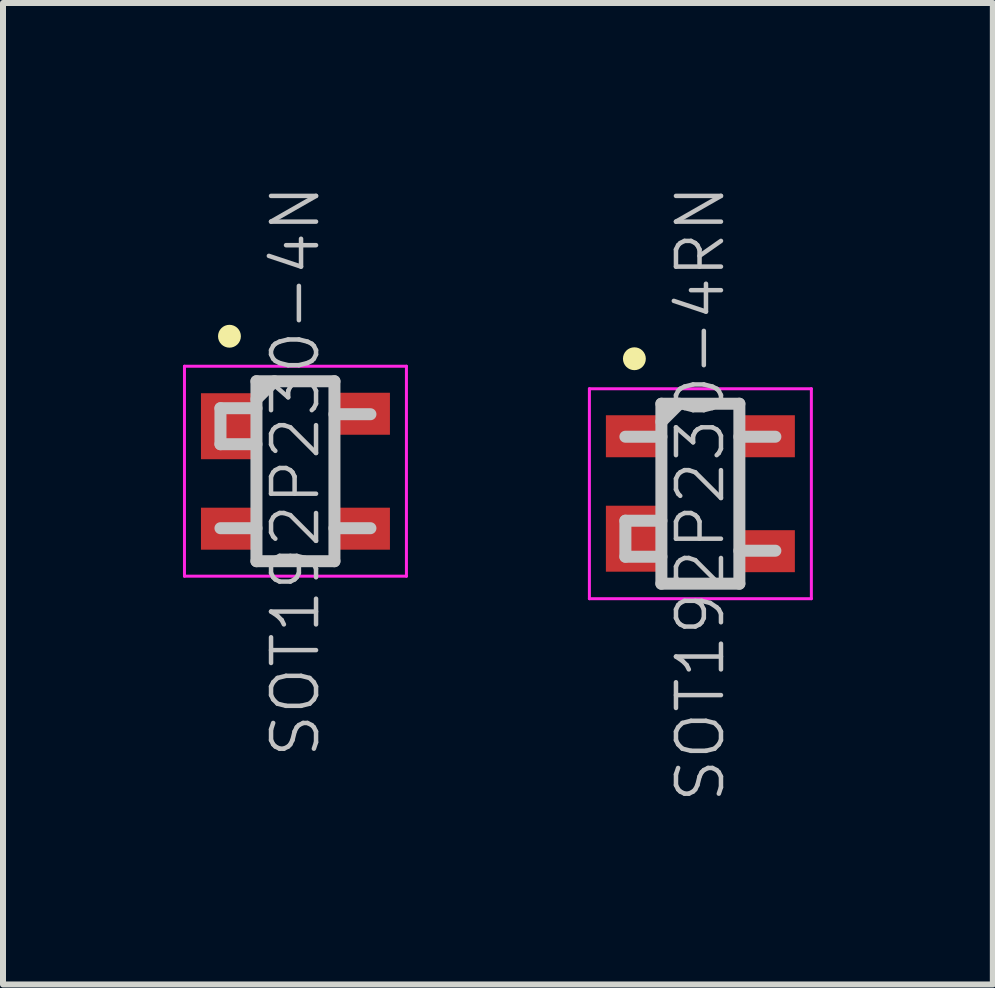
<source format=kicad_pcb>
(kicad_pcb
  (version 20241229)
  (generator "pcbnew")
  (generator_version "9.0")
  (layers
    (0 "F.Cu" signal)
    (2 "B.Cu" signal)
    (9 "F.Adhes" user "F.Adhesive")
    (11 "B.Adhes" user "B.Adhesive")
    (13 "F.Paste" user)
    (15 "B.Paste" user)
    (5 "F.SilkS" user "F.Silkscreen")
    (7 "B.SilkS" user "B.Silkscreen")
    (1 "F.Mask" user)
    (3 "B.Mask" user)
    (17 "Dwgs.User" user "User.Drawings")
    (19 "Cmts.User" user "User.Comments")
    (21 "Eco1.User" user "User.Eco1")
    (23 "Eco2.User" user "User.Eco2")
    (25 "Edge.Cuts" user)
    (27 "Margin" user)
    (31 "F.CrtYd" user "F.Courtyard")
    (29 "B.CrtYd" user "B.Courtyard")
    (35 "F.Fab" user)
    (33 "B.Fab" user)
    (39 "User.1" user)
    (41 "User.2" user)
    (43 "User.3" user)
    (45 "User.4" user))
  (footprint "SOT192P230-4N"
    (layer "F.Cu")
    (at 1.875 4.805)
    (property "Reference" "SOT192P230-4N" (at 0 0 90) (layer "Dwgs.User") (effects (font (size 0.75 0.75) (thickness 0.075))))
    (attr smd)
    (fp_line (start -1.1 -2.25) (end -1.1 -2.25) (stroke (width 0.381) (type solid)) (layer "F.SilkS"))
    (fp_line (start -1.25 -1.05) (end -1.25 -0.45) (stroke (width 0.2) (type solid)) (layer "Dwgs.User"))
    (fp_line (start -0.65 -1.5) (end -0.65 1.5) (stroke (width 0.2) (type solid)) (layer "Dwgs.User"))
    (fp_line (start -0.65 -1.5) (end 0.65 -1.5) (stroke (width 0.2) (type solid)) (layer "Dwgs.User"))
    (fp_line (start -0.65 -1.2) (end -0.35 -1.5) (stroke (width 0.2) (type solid)) (layer "Dwgs.User"))
    (fp_line (start -0.65 -1.05) (end -1.25 -1.05) (stroke (width 0.2) (type solid)) (layer "Dwgs.User"))
    (fp_line (start -0.65 -0.45) (end -1.25 -0.45) (stroke (width 0.2) (type solid)) (layer "Dwgs.User"))
    (fp_line (start -0.65 0.95) (end -1.25 0.95) (stroke (width 0.2) (type solid)) (layer "Dwgs.User"))
    (fp_line (start -0.65 1.5) (end 0.65 1.5) (stroke (width 0.2) (type solid)) (layer "Dwgs.User"))
    (fp_line (start 0.65 -1.5) (end 0.65 1.5) (stroke (width 0.2) (type solid)) (layer "Dwgs.User"))
    (fp_line (start 1.25 -0.95) (end 0.65 -0.95) (stroke (width 0.2) (type solid)) (layer "Dwgs.User"))
    (fp_line (start 1.25 0.95) (end 0.65 0.95) (stroke (width 0.2) (type solid)) (layer "Dwgs.User"))
    (fp_line (start -1.85 -1.75) (end -1.85 1.75) (stroke (width 0.05) (type solid)) (layer "F.CrtYd"))
    (fp_line (start -1.85 -1.75) (end 1.85 -1.75) (stroke (width 0.05) (type solid)) (layer "F.CrtYd"))
    (fp_line (start -1.85 1.75) (end 1.85 1.75) (stroke (width 0.05) (type solid)) (layer "F.CrtYd"))
    (fp_line (start 1.85 -1.75) (end 1.85 1.75) (stroke (width 0.05) (type solid)) (layer "F.CrtYd"))
    (pad "1" smd rect (at -1.1 -0.75 90) (size 1.1 0.95) (layers "F.Cu" "F.Mask" "F.Paste"))
    (pad "2" smd rect (at -1.1 0.958 90) (size 0.7 0.95) (layers "F.Cu" "F.Mask" "F.Paste"))
    (pad "3" smd rect (at 1.1 0.958 90) (size 0.7 0.95) (layers "F.Cu" "F.Mask" "F.Paste"))
    (pad "4" smd rect (at 1.1 -0.958 90) (size 0.7 0.95) (layers "F.Cu" "F.Mask" "F.Paste")))
  (footprint "SOT192P230-4RN"
    (layer "F.Cu")
    (at 8.625 5.18)
    (property "Reference" "SOT192P230-4RN" (at 0 0 90) (layer "Dwgs.User") (effects (font (size 0.75 0.75) (thickness 0.075))))
    (attr smd)
    (fp_line (start -1.1 -2.25) (end -1.1 -2.25) (stroke (width 0.381) (type solid)) (layer "F.SilkS"))
    (fp_line (start -1.25 0.45) (end -1.25 1.05) (stroke (width 0.2) (type solid)) (layer "Dwgs.User"))
    (fp_line (start -0.65 -1.5) (end -0.65 1.5) (stroke (width 0.2) (type solid)) (layer "Dwgs.User"))
    (fp_line (start -0.65 -1.5) (end 0.65 -1.5) (stroke (width 0.2) (type solid)) (layer "Dwgs.User"))
    (fp_line (start -0.65 -1.2) (end -0.35 -1.5) (stroke (width 0.2) (type solid)) (layer "Dwgs.User"))
    (fp_line (start -0.65 -0.95) (end -1.25 -0.95) (stroke (width 0.2) (type solid)) (layer "Dwgs.User"))
    (fp_line (start -0.65 0.45) (end -1.25 0.45) (stroke (width 0.2) (type solid)) (layer "Dwgs.User"))
    (fp_line (start -0.65 1.05) (end -1.25 1.05) (stroke (width 0.2) (type solid)) (layer "Dwgs.User"))
    (fp_line (start -0.65 1.5) (end 0.65 1.5) (stroke (width 0.2) (type solid)) (layer "Dwgs.User"))
    (fp_line (start 0.65 -1.5) (end 0.65 1.5) (stroke (width 0.2) (type solid)) (layer "Dwgs.User"))
    (fp_line (start 1.25 -0.95) (end 0.65 -0.95) (stroke (width 0.2) (type solid)) (layer "Dwgs.User"))
    (fp_line (start 1.25 0.95) (end 0.65 0.95) (stroke (width 0.2) (type solid)) (layer "Dwgs.User"))
    (fp_line (start -1.85 -1.75) (end -1.85 1.75) (stroke (width 0.05) (type solid)) (layer "F.CrtYd"))
    (fp_line (start -1.85 -1.75) (end 1.85 -1.75) (stroke (width 0.05) (type solid)) (layer "F.CrtYd"))
    (fp_line (start -1.85 1.75) (end 1.85 1.75) (stroke (width 0.05) (type solid)) (layer "F.CrtYd"))
    (fp_line (start 1.85 -1.75) (end 1.85 1.75) (stroke (width 0.05) (type solid)) (layer "F.CrtYd"))
    (pad "1" smd rect (at -1.1 0.75 90) (size 1.1 0.95) (layers "F.Cu" "F.Mask" "F.Paste"))
    (pad "2" smd rect (at -1.1 -0.958 90) (size 0.7 0.95) (layers "F.Cu" "F.Mask" "F.Paste"))
    (pad "3" smd rect (at 1.1 -0.958 90) (size 0.7 0.95) (layers "F.Cu" "F.Mask" "F.Paste"))
    (pad "4" smd rect (at 1.1 0.958 90) (size 0.7 0.95) (layers "F.Cu" "F.Mask" "F.Paste")))
  (gr_rect
    (start -3 -3)
    (end 13.5 13.361)
    (stroke (width 0.1) (type default))
    (fill no)
    (layer "Edge.Cuts")))
</source>
